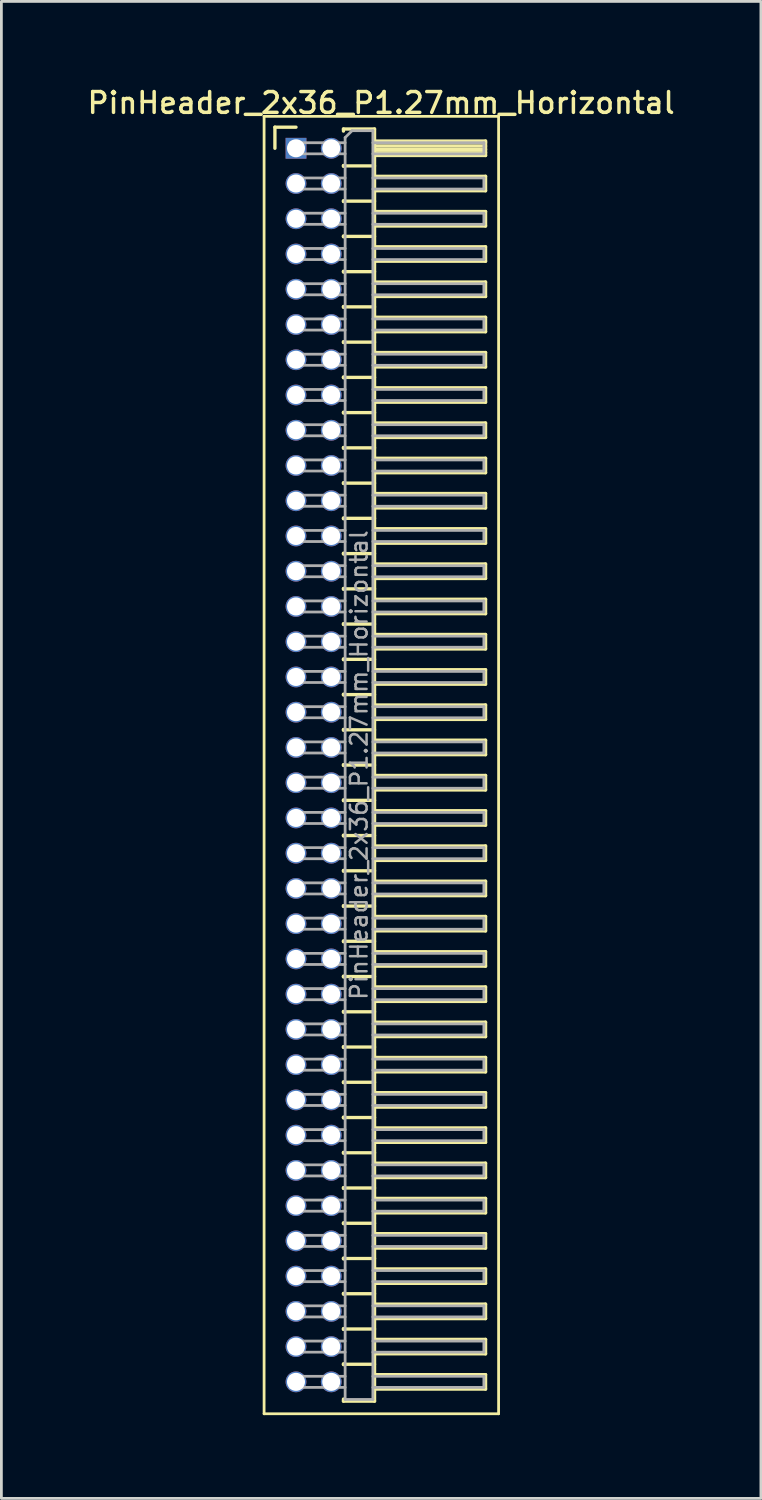
<source format=kicad_pcb>
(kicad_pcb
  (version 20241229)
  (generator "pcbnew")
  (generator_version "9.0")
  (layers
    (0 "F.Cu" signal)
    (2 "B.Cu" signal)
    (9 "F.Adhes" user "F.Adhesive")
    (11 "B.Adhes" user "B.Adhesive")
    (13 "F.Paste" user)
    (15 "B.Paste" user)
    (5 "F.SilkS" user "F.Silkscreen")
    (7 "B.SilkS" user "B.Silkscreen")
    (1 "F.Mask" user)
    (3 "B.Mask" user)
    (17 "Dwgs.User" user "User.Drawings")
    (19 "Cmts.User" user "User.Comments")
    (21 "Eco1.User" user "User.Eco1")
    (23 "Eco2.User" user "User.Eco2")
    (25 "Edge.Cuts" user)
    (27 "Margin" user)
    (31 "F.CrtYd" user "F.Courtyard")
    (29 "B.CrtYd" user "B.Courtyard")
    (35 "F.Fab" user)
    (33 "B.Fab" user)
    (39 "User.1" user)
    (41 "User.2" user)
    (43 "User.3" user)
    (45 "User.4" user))
  (footprint "PinHeader_2x36_P1.27mm_Horizontal"
    (layer "F.Cu")
    (at 7.616 2.293)
    (property "Reference" "PinHeader_2x36_P1.27mm_Horizontal" (at 3.067 -1.635 0) (layer "F.SilkS") (effects (font (size 0.75 0.75) (thickness 0.125))))
    (attr through_hole)
    (fp_line (start -1.15 -1.15) (end -1.15 45.6) (stroke (width 0.1) (type solid)) (layer "F.SilkS"))
    (fp_line (start -1.15 45.6) (end 7.3 45.6) (stroke (width 0.1) (type solid)) (layer "F.SilkS"))
    (fp_line (start -0.76 -0.76) (end 0 -0.76) (stroke (width 0.12) (type solid)) (layer "F.SilkS"))
    (fp_line (start -0.76 0) (end -0.76 -0.76) (stroke (width 0.12) (type solid)) (layer "F.SilkS"))
    (fp_line (start 1.71 -0.695) (end 2.83 -0.695) (stroke (width 0.12) (type solid)) (layer "F.SilkS"))
    (fp_line (start 1.71 -0.62) (end 1.71 -0.695) (stroke (width 0.12) (type solid)) (layer "F.SilkS"))
    (fp_line (start 1.71 0.62) (end 1.71 0.65) (stroke (width 0.12) (type solid)) (layer "F.SilkS"))
    (fp_line (start 1.71 0.635) (end 2.83 0.635) (stroke (width 0.12) (type solid)) (layer "F.SilkS"))
    (fp_line (start 1.71 1.89) (end 1.71 1.92) (stroke (width 0.12) (type solid)) (layer "F.SilkS"))
    (fp_line (start 1.71 1.905) (end 2.83 1.905) (stroke (width 0.12) (type solid)) (layer "F.SilkS"))
    (fp_line (start 1.71 3.16) (end 1.71 3.19) (stroke (width 0.12) (type solid)) (layer "F.SilkS"))
    (fp_line (start 1.71 3.175) (end 2.83 3.175) (stroke (width 0.12) (type solid)) (layer "F.SilkS"))
    (fp_line (start 1.71 4.43) (end 1.71 4.46) (stroke (width 0.12) (type solid)) (layer "F.SilkS"))
    (fp_line (start 1.71 4.445) (end 2.83 4.445) (stroke (width 0.12) (type solid)) (layer "F.SilkS"))
    (fp_line (start 1.71 5.7) (end 1.71 5.73) (stroke (width 0.12) (type solid)) (layer "F.SilkS"))
    (fp_line (start 1.71 5.715) (end 2.83 5.715) (stroke (width 0.12) (type solid)) (layer "F.SilkS"))
    (fp_line (start 1.71 6.97) (end 1.71 7) (stroke (width 0.12) (type solid)) (layer "F.SilkS"))
    (fp_line (start 1.71 6.985) (end 2.83 6.985) (stroke (width 0.12) (type solid)) (layer "F.SilkS"))
    (fp_line (start 1.71 8.24) (end 1.71 8.27) (stroke (width 0.12) (type solid)) (layer "F.SilkS"))
    (fp_line (start 1.71 8.255) (end 2.83 8.255) (stroke (width 0.12) (type solid)) (layer "F.SilkS"))
    (fp_line (start 1.71 9.51) (end 1.71 9.54) (stroke (width 0.12) (type solid)) (layer "F.SilkS"))
    (fp_line (start 1.71 9.525) (end 2.83 9.525) (stroke (width 0.12) (type solid)) (layer "F.SilkS"))
    (fp_line (start 1.71 10.78) (end 1.71 10.81) (stroke (width 0.12) (type solid)) (layer "F.SilkS"))
    (fp_line (start 1.71 10.795) (end 2.83 10.795) (stroke (width 0.12) (type solid)) (layer "F.SilkS"))
    (fp_line (start 1.71 12.05) (end 1.71 12.08) (stroke (width 0.12) (type solid)) (layer "F.SilkS"))
    (fp_line (start 1.71 12.065) (end 2.83 12.065) (stroke (width 0.12) (type solid)) (layer "F.SilkS"))
    (fp_line (start 1.71 13.32) (end 1.71 13.35) (stroke (width 0.12) (type solid)) (layer "F.SilkS"))
    (fp_line (start 1.71 13.335) (end 2.83 13.335) (stroke (width 0.12) (type solid)) (layer "F.SilkS"))
    (fp_line (start 1.71 14.59) (end 1.71 14.62) (stroke (width 0.12) (type solid)) (layer "F.SilkS"))
    (fp_line (start 1.71 14.605) (end 2.83 14.605) (stroke (width 0.12) (type solid)) (layer "F.SilkS"))
    (fp_line (start 1.71 15.86) (end 1.71 15.89) (stroke (width 0.12) (type solid)) (layer "F.SilkS"))
    (fp_line (start 1.71 15.875) (end 2.83 15.875) (stroke (width 0.12) (type solid)) (layer "F.SilkS"))
    (fp_line (start 1.71 17.13) (end 1.71 17.16) (stroke (width 0.12) (type solid)) (layer "F.SilkS"))
    (fp_line (start 1.71 17.145) (end 2.83 17.145) (stroke (width 0.12) (type solid)) (layer "F.SilkS"))
    (fp_line (start 1.71 18.4) (end 1.71 18.43) (stroke (width 0.12) (type solid)) (layer "F.SilkS"))
    (fp_line (start 1.71 18.415) (end 2.83 18.415) (stroke (width 0.12) (type solid)) (layer "F.SilkS"))
    (fp_line (start 1.71 19.67) (end 1.71 19.7) (stroke (width 0.12) (type solid)) (layer "F.SilkS"))
    (fp_line (start 1.71 19.685) (end 2.83 19.685) (stroke (width 0.12) (type solid)) (layer "F.SilkS"))
    (fp_line (start 1.71 20.94) (end 1.71 20.97) (stroke (width 0.12) (type solid)) (layer "F.SilkS"))
    (fp_line (start 1.71 20.955) (end 2.83 20.955) (stroke (width 0.12) (type solid)) (layer "F.SilkS"))
    (fp_line (start 1.71 22.21) (end 1.71 22.24) (stroke (width 0.12) (type solid)) (layer "F.SilkS"))
    (fp_line (start 1.71 22.225) (end 2.83 22.225) (stroke (width 0.12) (type solid)) (layer "F.SilkS"))
    (fp_line (start 1.71 23.48) (end 1.71 23.51) (stroke (width 0.12) (type solid)) (layer "F.SilkS"))
    (fp_line (start 1.71 23.495) (end 2.83 23.495) (stroke (width 0.12) (type solid)) (layer "F.SilkS"))
    (fp_line (start 1.71 24.75) (end 1.71 24.78) (stroke (width 0.12) (type solid)) (layer "F.SilkS"))
    (fp_line (start 1.71 24.765) (end 2.83 24.765) (stroke (width 0.12) (type solid)) (layer "F.SilkS"))
    (fp_line (start 1.71 26.02) (end 1.71 26.05) (stroke (width 0.12) (type solid)) (layer "F.SilkS"))
    (fp_line (start 1.71 26.035) (end 2.83 26.035) (stroke (width 0.12) (type solid)) (layer "F.SilkS"))
    (fp_line (start 1.71 27.29) (end 1.71 27.32) (stroke (width 0.12) (type solid)) (layer "F.SilkS"))
    (fp_line (start 1.71 27.305) (end 2.83 27.305) (stroke (width 0.12) (type solid)) (layer "F.SilkS"))
    (fp_line (start 1.71 28.56) (end 1.71 28.59) (stroke (width 0.12) (type solid)) (layer "F.SilkS"))
    (fp_line (start 1.71 28.575) (end 2.83 28.575) (stroke (width 0.12) (type solid)) (layer "F.SilkS"))
    (fp_line (start 1.71 29.83) (end 1.71 29.86) (stroke (width 0.12) (type solid)) (layer "F.SilkS"))
    (fp_line (start 1.71 29.845) (end 2.83 29.845) (stroke (width 0.12) (type solid)) (layer "F.SilkS"))
    (fp_line (start 1.71 31.1) (end 1.71 31.13) (stroke (width 0.12) (type solid)) (layer "F.SilkS"))
    (fp_line (start 1.71 31.115) (end 2.83 31.115) (stroke (width 0.12) (type solid)) (layer "F.SilkS"))
    (fp_line (start 1.71 32.37) (end 1.71 32.4) (stroke (width 0.12) (type solid)) (layer "F.SilkS"))
    (fp_line (start 1.71 32.385) (end 2.83 32.385) (stroke (width 0.12) (type solid)) (layer "F.SilkS"))
    (fp_line (start 1.71 33.64) (end 1.71 33.67) (stroke (width 0.12) (type solid)) (layer "F.SilkS"))
    (fp_line (start 1.71 33.655) (end 2.83 33.655) (stroke (width 0.12) (type solid)) (layer "F.SilkS"))
    (fp_line (start 1.71 34.91) (end 1.71 34.94) (stroke (width 0.12) (type solid)) (layer "F.SilkS"))
    (fp_line (start 1.71 34.925) (end 2.83 34.925) (stroke (width 0.12) (type solid)) (layer "F.SilkS"))
    (fp_line (start 1.71 36.18) (end 1.71 36.21) (stroke (width 0.12) (type solid)) (layer "F.SilkS"))
    (fp_line (start 1.71 36.195) (end 2.83 36.195) (stroke (width 0.12) (type solid)) (layer "F.SilkS"))
    (fp_line (start 1.71 37.45) (end 1.71 37.48) (stroke (width 0.12) (type solid)) (layer "F.SilkS"))
    (fp_line (start 1.71 37.465) (end 2.83 37.465) (stroke (width 0.12) (type solid)) (layer "F.SilkS"))
    (fp_line (start 1.71 38.72) (end 1.71 38.75) (stroke (width 0.12) (type solid)) (layer "F.SilkS"))
    (fp_line (start 1.71 38.735) (end 2.83 38.735) (stroke (width 0.12) (type solid)) (layer "F.SilkS"))
    (fp_line (start 1.71 39.99) (end 1.71 40.02) (stroke (width 0.12) (type solid)) (layer "F.SilkS"))
    (fp_line (start 1.71 40.005) (end 2.83 40.005) (stroke (width 0.12) (type solid)) (layer "F.SilkS"))
    (fp_line (start 1.71 41.26) (end 1.71 41.29) (stroke (width 0.12) (type solid)) (layer "F.SilkS"))
    (fp_line (start 1.71 41.275) (end 2.83 41.275) (stroke (width 0.12) (type solid)) (layer "F.SilkS"))
    (fp_line (start 1.71 42.53) (end 1.71 42.56) (stroke (width 0.12) (type solid)) (layer "F.SilkS"))
    (fp_line (start 1.71 42.545) (end 2.83 42.545) (stroke (width 0.12) (type solid)) (layer "F.SilkS"))
    (fp_line (start 1.71 43.8) (end 1.71 43.83) (stroke (width 0.12) (type solid)) (layer "F.SilkS"))
    (fp_line (start 1.71 43.815) (end 2.83 43.815) (stroke (width 0.12) (type solid)) (layer "F.SilkS"))
    (fp_line (start 1.71 45.145) (end 1.71 45.07) (stroke (width 0.12) (type solid)) (layer "F.SilkS"))
    (fp_line (start 2.83 -0.695) (end 2.83 45.145) (stroke (width 0.12) (type solid)) (layer "F.SilkS"))
    (fp_line (start 2.83 -0.26) (end 6.83 -0.26) (stroke (width 0.12) (type solid)) (layer "F.SilkS"))
    (fp_line (start 2.83 -0.2) (end 6.83 -0.2) (stroke (width 0.12) (type solid)) (layer "F.SilkS"))
    (fp_line (start 2.83 -0.08) (end 6.83 -0.08) (stroke (width 0.12) (type solid)) (layer "F.SilkS"))
    (fp_line (start 2.83 0.04) (end 6.83 0.04) (stroke (width 0.12) (type solid)) (layer "F.SilkS"))
    (fp_line (start 2.83 0.16) (end 6.83 0.16) (stroke (width 0.12) (type solid)) (layer "F.SilkS"))
    (fp_line (start 2.83 1.01) (end 6.83 1.01) (stroke (width 0.12) (type solid)) (layer "F.SilkS"))
    (fp_line (start 2.83 2.28) (end 6.83 2.28) (stroke (width 0.12) (type solid)) (layer "F.SilkS"))
    (fp_line (start 2.83 3.55) (end 6.83 3.55) (stroke (width 0.12) (type solid)) (layer "F.SilkS"))
    (fp_line (start 2.83 4.82) (end 6.83 4.82) (stroke (width 0.12) (type solid)) (layer "F.SilkS"))
    (fp_line (start 2.83 6.09) (end 6.83 6.09) (stroke (width 0.12) (type solid)) (layer "F.SilkS"))
    (fp_line (start 2.83 7.36) (end 6.83 7.36) (stroke (width 0.12) (type solid)) (layer "F.SilkS"))
    (fp_line (start 2.83 8.63) (end 6.83 8.63) (stroke (width 0.12) (type solid)) (layer "F.SilkS"))
    (fp_line (start 2.83 9.9) (end 6.83 9.9) (stroke (width 0.12) (type solid)) (layer "F.SilkS"))
    (fp_line (start 2.83 11.17) (end 6.83 11.17) (stroke (width 0.12) (type solid)) (layer "F.SilkS"))
    (fp_line (start 2.83 12.44) (end 6.83 12.44) (stroke (width 0.12) (type solid)) (layer "F.SilkS"))
    (fp_line (start 2.83 13.71) (end 6.83 13.71) (stroke (width 0.12) (type solid)) (layer "F.SilkS"))
    (fp_line (start 2.83 14.98) (end 6.83 14.98) (stroke (width 0.12) (type solid)) (layer "F.SilkS"))
    (fp_line (start 2.83 16.25) (end 6.83 16.25) (stroke (width 0.12) (type solid)) (layer "F.SilkS"))
    (fp_line (start 2.83 17.52) (end 6.83 17.52) (stroke (width 0.12) (type solid)) (layer "F.SilkS"))
    (fp_line (start 2.83 18.79) (end 6.83 18.79) (stroke (width 0.12) (type solid)) (layer "F.SilkS"))
    (fp_line (start 2.83 20.06) (end 6.83 20.06) (stroke (width 0.12) (type solid)) (layer "F.SilkS"))
    (fp_line (start 2.83 21.33) (end 6.83 21.33) (stroke (width 0.12) (type solid)) (layer "F.SilkS"))
    (fp_line (start 2.83 22.6) (end 6.83 22.6) (stroke (width 0.12) (type solid)) (layer "F.SilkS"))
    (fp_line (start 2.83 23.87) (end 6.83 23.87) (stroke (width 0.12) (type solid)) (layer "F.SilkS"))
    (fp_line (start 2.83 25.14) (end 6.83 25.14) (stroke (width 0.12) (type solid)) (layer "F.SilkS"))
    (fp_line (start 2.83 26.41) (end 6.83 26.41) (stroke (width 0.12) (type solid)) (layer "F.SilkS"))
    (fp_line (start 2.83 27.68) (end 6.83 27.68) (stroke (width 0.12) (type solid)) (layer "F.SilkS"))
    (fp_line (start 2.83 28.95) (end 6.83 28.95) (stroke (width 0.12) (type solid)) (layer "F.SilkS"))
    (fp_line (start 2.83 30.22) (end 6.83 30.22) (stroke (width 0.12) (type solid)) (layer "F.SilkS"))
    (fp_line (start 2.83 31.49) (end 6.83 31.49) (stroke (width 0.12) (type solid)) (layer "F.SilkS"))
    (fp_line (start 2.83 32.76) (end 6.83 32.76) (stroke (width 0.12) (type solid)) (layer "F.SilkS"))
    (fp_line (start 2.83 34.03) (end 6.83 34.03) (stroke (width 0.12) (type solid)) (layer "F.SilkS"))
    (fp_line (start 2.83 35.3) (end 6.83 35.3) (stroke (width 0.12) (type solid)) (layer "F.SilkS"))
    (fp_line (start 2.83 36.57) (end 6.83 36.57) (stroke (width 0.12) (type solid)) (layer "F.SilkS"))
    (fp_line (start 2.83 37.84) (end 6.83 37.84) (stroke (width 0.12) (type solid)) (layer "F.SilkS"))
    (fp_line (start 2.83 39.11) (end 6.83 39.11) (stroke (width 0.12) (type solid)) (layer "F.SilkS"))
    (fp_line (start 2.83 40.38) (end 6.83 40.38) (stroke (width 0.12) (type solid)) (layer "F.SilkS"))
    (fp_line (start 2.83 41.65) (end 6.83 41.65) (stroke (width 0.12) (type solid)) (layer "F.SilkS"))
    (fp_line (start 2.83 42.92) (end 6.83 42.92) (stroke (width 0.12) (type solid)) (layer "F.SilkS"))
    (fp_line (start 2.83 44.19) (end 6.83 44.19) (stroke (width 0.12) (type solid)) (layer "F.SilkS"))
    (fp_line (start 2.83 45.145) (end 1.71 45.145) (stroke (width 0.12) (type solid)) (layer "F.SilkS"))
    (fp_line (start 6.83 -0.26) (end 6.83 0.26) (stroke (width 0.12) (type solid)) (layer "F.SilkS"))
    (fp_line (start 6.83 0.26) (end 2.83 0.26) (stroke (width 0.12) (type solid)) (layer "F.SilkS"))
    (fp_line (start 6.83 1.01) (end 6.83 1.53) (stroke (width 0.12) (type solid)) (layer "F.SilkS"))
    (fp_line (start 6.83 1.53) (end 2.83 1.53) (stroke (width 0.12) (type solid)) (layer "F.SilkS"))
    (fp_line (start 6.83 2.28) (end 6.83 2.8) (stroke (width 0.12) (type solid)) (layer "F.SilkS"))
    (fp_line (start 6.83 2.8) (end 2.83 2.8) (stroke (width 0.12) (type solid)) (layer "F.SilkS"))
    (fp_line (start 6.83 3.55) (end 6.83 4.07) (stroke (width 0.12) (type solid)) (layer "F.SilkS"))
    (fp_line (start 6.83 4.07) (end 2.83 4.07) (stroke (width 0.12) (type solid)) (layer "F.SilkS"))
    (fp_line (start 6.83 4.82) (end 6.83 5.34) (stroke (width 0.12) (type solid)) (layer "F.SilkS"))
    (fp_line (start 6.83 5.34) (end 2.83 5.34) (stroke (width 0.12) (type solid)) (layer "F.SilkS"))
    (fp_line (start 6.83 6.09) (end 6.83 6.61) (stroke (width 0.12) (type solid)) (layer "F.SilkS"))
    (fp_line (start 6.83 6.61) (end 2.83 6.61) (stroke (width 0.12) (type solid)) (layer "F.SilkS"))
    (fp_line (start 6.83 7.36) (end 6.83 7.88) (stroke (width 0.12) (type solid)) (layer "F.SilkS"))
    (fp_line (start 6.83 7.88) (end 2.83 7.88) (stroke (width 0.12) (type solid)) (layer "F.SilkS"))
    (fp_line (start 6.83 8.63) (end 6.83 9.15) (stroke (width 0.12) (type solid)) (layer "F.SilkS"))
    (fp_line (start 6.83 9.15) (end 2.83 9.15) (stroke (width 0.12) (type solid)) (layer "F.SilkS"))
    (fp_line (start 6.83 9.9) (end 6.83 10.42) (stroke (width 0.12) (type solid)) (layer "F.SilkS"))
    (fp_line (start 6.83 10.42) (end 2.83 10.42) (stroke (width 0.12) (type solid)) (layer "F.SilkS"))
    (fp_line (start 6.83 11.17) (end 6.83 11.69) (stroke (width 0.12) (type solid)) (layer "F.SilkS"))
    (fp_line (start 6.83 11.69) (end 2.83 11.69) (stroke (width 0.12) (type solid)) (layer "F.SilkS"))
    (fp_line (start 6.83 12.44) (end 6.83 12.96) (stroke (width 0.12) (type solid)) (layer "F.SilkS"))
    (fp_line (start 6.83 12.96) (end 2.83 12.96) (stroke (width 0.12) (type solid)) (layer "F.SilkS"))
    (fp_line (start 6.83 13.71) (end 6.83 14.23) (stroke (width 0.12) (type solid)) (layer "F.SilkS"))
    (fp_line (start 6.83 14.23) (end 2.83 14.23) (stroke (width 0.12) (type solid)) (layer "F.SilkS"))
    (fp_line (start 6.83 14.98) (end 6.83 15.5) (stroke (width 0.12) (type solid)) (layer "F.SilkS"))
    (fp_line (start 6.83 15.5) (end 2.83 15.5) (stroke (width 0.12) (type solid)) (layer "F.SilkS"))
    (fp_line (start 6.83 16.25) (end 6.83 16.77) (stroke (width 0.12) (type solid)) (layer "F.SilkS"))
    (fp_line (start 6.83 16.77) (end 2.83 16.77) (stroke (width 0.12) (type solid)) (layer "F.SilkS"))
    (fp_line (start 6.83 17.52) (end 6.83 18.04) (stroke (width 0.12) (type solid)) (layer "F.SilkS"))
    (fp_line (start 6.83 18.04) (end 2.83 18.04) (stroke (width 0.12) (type solid)) (layer "F.SilkS"))
    (fp_line (start 6.83 18.79) (end 6.83 19.31) (stroke (width 0.12) (type solid)) (layer "F.SilkS"))
    (fp_line (start 6.83 19.31) (end 2.83 19.31) (stroke (width 0.12) (type solid)) (layer "F.SilkS"))
    (fp_line (start 6.83 20.06) (end 6.83 20.58) (stroke (width 0.12) (type solid)) (layer "F.SilkS"))
    (fp_line (start 6.83 20.58) (end 2.83 20.58) (stroke (width 0.12) (type solid)) (layer "F.SilkS"))
    (fp_line (start 6.83 21.33) (end 6.83 21.85) (stroke (width 0.12) (type solid)) (layer "F.SilkS"))
    (fp_line (start 6.83 21.85) (end 2.83 21.85) (stroke (width 0.12) (type solid)) (layer "F.SilkS"))
    (fp_line (start 6.83 22.6) (end 6.83 23.12) (stroke (width 0.12) (type solid)) (layer "F.SilkS"))
    (fp_line (start 6.83 23.12) (end 2.83 23.12) (stroke (width 0.12) (type solid)) (layer "F.SilkS"))
    (fp_line (start 6.83 23.87) (end 6.83 24.39) (stroke (width 0.12) (type solid)) (layer "F.SilkS"))
    (fp_line (start 6.83 24.39) (end 2.83 24.39) (stroke (width 0.12) (type solid)) (layer "F.SilkS"))
    (fp_line (start 6.83 25.14) (end 6.83 25.66) (stroke (width 0.12) (type solid)) (layer "F.SilkS"))
    (fp_line (start 6.83 25.66) (end 2.83 25.66) (stroke (width 0.12) (type solid)) (layer "F.SilkS"))
    (fp_line (start 6.83 26.41) (end 6.83 26.93) (stroke (width 0.12) (type solid)) (layer "F.SilkS"))
    (fp_line (start 6.83 26.93) (end 2.83 26.93) (stroke (width 0.12) (type solid)) (layer "F.SilkS"))
    (fp_line (start 6.83 27.68) (end 6.83 28.2) (stroke (width 0.12) (type solid)) (layer "F.SilkS"))
    (fp_line (start 6.83 28.2) (end 2.83 28.2) (stroke (width 0.12) (type solid)) (layer "F.SilkS"))
    (fp_line (start 6.83 28.95) (end 6.83 29.47) (stroke (width 0.12) (type solid)) (layer "F.SilkS"))
    (fp_line (start 6.83 29.47) (end 2.83 29.47) (stroke (width 0.12) (type solid)) (layer "F.SilkS"))
    (fp_line (start 6.83 30.22) (end 6.83 30.74) (stroke (width 0.12) (type solid)) (layer "F.SilkS"))
    (fp_line (start 6.83 30.74) (end 2.83 30.74) (stroke (width 0.12) (type solid)) (layer "F.SilkS"))
    (fp_line (start 6.83 31.49) (end 6.83 32.01) (stroke (width 0.12) (type solid)) (layer "F.SilkS"))
    (fp_line (start 6.83 32.01) (end 2.83 32.01) (stroke (width 0.12) (type solid)) (layer "F.SilkS"))
    (fp_line (start 6.83 32.76) (end 6.83 33.28) (stroke (width 0.12) (type solid)) (layer "F.SilkS"))
    (fp_line (start 6.83 33.28) (end 2.83 33.28) (stroke (width 0.12) (type solid)) (layer "F.SilkS"))
    (fp_line (start 6.83 34.03) (end 6.83 34.55) (stroke (width 0.12) (type solid)) (layer "F.SilkS"))
    (fp_line (start 6.83 34.55) (end 2.83 34.55) (stroke (width 0.12) (type solid)) (layer "F.SilkS"))
    (fp_line (start 6.83 35.3) (end 6.83 35.82) (stroke (width 0.12) (type solid)) (layer "F.SilkS"))
    (fp_line (start 6.83 35.82) (end 2.83 35.82) (stroke (width 0.12) (type solid)) (layer "F.SilkS"))
    (fp_line (start 6.83 36.57) (end 6.83 37.09) (stroke (width 0.12) (type solid)) (layer "F.SilkS"))
    (fp_line (start 6.83 37.09) (end 2.83 37.09) (stroke (width 0.12) (type solid)) (layer "F.SilkS"))
    (fp_line (start 6.83 37.84) (end 6.83 38.36) (stroke (width 0.12) (type solid)) (layer "F.SilkS"))
    (fp_line (start 6.83 38.36) (end 2.83 38.36) (stroke (width 0.12) (type solid)) (layer "F.SilkS"))
    (fp_line (start 6.83 39.11) (end 6.83 39.63) (stroke (width 0.12) (type solid)) (layer "F.SilkS"))
    (fp_line (start 6.83 39.63) (end 2.83 39.63) (stroke (width 0.12) (type solid)) (layer "F.SilkS"))
    (fp_line (start 6.83 40.38) (end 6.83 40.9) (stroke (width 0.12) (type solid)) (layer "F.SilkS"))
    (fp_line (start 6.83 40.9) (end 2.83 40.9) (stroke (width 0.12) (type solid)) (layer "F.SilkS"))
    (fp_line (start 6.83 41.65) (end 6.83 42.17) (stroke (width 0.12) (type solid)) (layer "F.SilkS"))
    (fp_line (start 6.83 42.17) (end 2.83 42.17) (stroke (width 0.12) (type solid)) (layer "F.SilkS"))
    (fp_line (start 6.83 42.92) (end 6.83 43.44) (stroke (width 0.12) (type solid)) (layer "F.SilkS"))
    (fp_line (start 6.83 43.44) (end 2.83 43.44) (stroke (width 0.12) (type solid)) (layer "F.SilkS"))
    (fp_line (start 6.83 44.19) (end 6.83 44.71) (stroke (width 0.12) (type solid)) (layer "F.SilkS"))
    (fp_line (start 6.83 44.71) (end 2.83 44.71) (stroke (width 0.12) (type solid)) (layer "F.SilkS"))
    (fp_line (start 7.3 -1.15) (end -1.15 -1.15) (stroke (width 0.1) (type solid)) (layer "F.SilkS"))
    (fp_line (start 7.3 45.6) (end 7.3 -1.15) (stroke (width 0.1) (type solid)) (layer "F.SilkS"))
    (fp_line (start -0.2 -0.2) (end -0.2 0.2) (stroke (width 0.1) (type solid)) (layer "F.Fab"))
    (fp_line (start -0.2 -0.2) (end 1.77 -0.2) (stroke (width 0.1) (type solid)) (layer "F.Fab"))
    (fp_line (start -0.2 0.2) (end 1.77 0.2) (stroke (width 0.1) (type solid)) (layer "F.Fab"))
    (fp_line (start -0.2 1.07) (end -0.2 1.47) (stroke (width 0.1) (type solid)) (layer "F.Fab"))
    (fp_line (start -0.2 1.07) (end 1.77 1.07) (stroke (width 0.1) (type solid)) (layer "F.Fab"))
    (fp_line (start -0.2 1.47) (end 1.77 1.47) (stroke (width 0.1) (type solid)) (layer "F.Fab"))
    (fp_line (start -0.2 2.34) (end -0.2 2.74) (stroke (width 0.1) (type solid)) (layer "F.Fab"))
    (fp_line (start -0.2 2.34) (end 1.77 2.34) (stroke (width 0.1) (type solid)) (layer "F.Fab"))
    (fp_line (start -0.2 2.74) (end 1.77 2.74) (stroke (width 0.1) (type solid)) (layer "F.Fab"))
    (fp_line (start -0.2 3.61) (end -0.2 4.01) (stroke (width 0.1) (type solid)) (layer "F.Fab"))
    (fp_line (start -0.2 3.61) (end 1.77 3.61) (stroke (width 0.1) (type solid)) (layer "F.Fab"))
    (fp_line (start -0.2 4.01) (end 1.77 4.01) (stroke (width 0.1) (type solid)) (layer "F.Fab"))
    (fp_line (start -0.2 4.88) (end -0.2 5.28) (stroke (width 0.1) (type solid)) (layer "F.Fab"))
    (fp_line (start -0.2 4.88) (end 1.77 4.88) (stroke (width 0.1) (type solid)) (layer "F.Fab"))
    (fp_line (start -0.2 5.28) (end 1.77 5.28) (stroke (width 0.1) (type solid)) (layer "F.Fab"))
    (fp_line (start -0.2 6.15) (end -0.2 6.55) (stroke (width 0.1) (type solid)) (layer "F.Fab"))
    (fp_line (start -0.2 6.15) (end 1.77 6.15) (stroke (width 0.1) (type solid)) (layer "F.Fab"))
    (fp_line (start -0.2 6.55) (end 1.77 6.55) (stroke (width 0.1) (type solid)) (layer "F.Fab"))
    (fp_line (start -0.2 7.42) (end -0.2 7.82) (stroke (width 0.1) (type solid)) (layer "F.Fab"))
    (fp_line (start -0.2 7.42) (end 1.77 7.42) (stroke (width 0.1) (type solid)) (layer "F.Fab"))
    (fp_line (start -0.2 7.82) (end 1.77 7.82) (stroke (width 0.1) (type solid)) (layer "F.Fab"))
    (fp_line (start -0.2 8.69) (end -0.2 9.09) (stroke (width 0.1) (type solid)) (layer "F.Fab"))
    (fp_line (start -0.2 8.69) (end 1.77 8.69) (stroke (width 0.1) (type solid)) (layer "F.Fab"))
    (fp_line (start -0.2 9.09) (end 1.77 9.09) (stroke (width 0.1) (type solid)) (layer "F.Fab"))
    (fp_line (start -0.2 9.96) (end -0.2 10.36) (stroke (width 0.1) (type solid)) (layer "F.Fab"))
    (fp_line (start -0.2 9.96) (end 1.77 9.96) (stroke (width 0.1) (type solid)) (layer "F.Fab"))
    (fp_line (start -0.2 10.36) (end 1.77 10.36) (stroke (width 0.1) (type solid)) (layer "F.Fab"))
    (fp_line (start -0.2 11.23) (end -0.2 11.63) (stroke (width 0.1) (type solid)) (layer "F.Fab"))
    (fp_line (start -0.2 11.23) (end 1.77 11.23) (stroke (width 0.1) (type solid)) (layer "F.Fab"))
    (fp_line (start -0.2 11.63) (end 1.77 11.63) (stroke (width 0.1) (type solid)) (layer "F.Fab"))
    (fp_line (start -0.2 12.5) (end -0.2 12.9) (stroke (width 0.1) (type solid)) (layer "F.Fab"))
    (fp_line (start -0.2 12.5) (end 1.77 12.5) (stroke (width 0.1) (type solid)) (layer "F.Fab"))
    (fp_line (start -0.2 12.9) (end 1.77 12.9) (stroke (width 0.1) (type solid)) (layer "F.Fab"))
    (fp_line (start -0.2 13.77) (end -0.2 14.17) (stroke (width 0.1) (type solid)) (layer "F.Fab"))
    (fp_line (start -0.2 13.77) (end 1.77 13.77) (stroke (width 0.1) (type solid)) (layer "F.Fab"))
    (fp_line (start -0.2 14.17) (end 1.77 14.17) (stroke (width 0.1) (type solid)) (layer "F.Fab"))
    (fp_line (start -0.2 15.04) (end -0.2 15.44) (stroke (width 0.1) (type solid)) (layer "F.Fab"))
    (fp_line (start -0.2 15.04) (end 1.77 15.04) (stroke (width 0.1) (type solid)) (layer "F.Fab"))
    (fp_line (start -0.2 15.44) (end 1.77 15.44) (stroke (width 0.1) (type solid)) (layer "F.Fab"))
    (fp_line (start -0.2 16.31) (end -0.2 16.71) (stroke (width 0.1) (type solid)) (layer "F.Fab"))
    (fp_line (start -0.2 16.31) (end 1.77 16.31) (stroke (width 0.1) (type solid)) (layer "F.Fab"))
    (fp_line (start -0.2 16.71) (end 1.77 16.71) (stroke (width 0.1) (type solid)) (layer "F.Fab"))
    (fp_line (start -0.2 17.58) (end -0.2 17.98) (stroke (width 0.1) (type solid)) (layer "F.Fab"))
    (fp_line (start -0.2 17.58) (end 1.77 17.58) (stroke (width 0.1) (type solid)) (layer "F.Fab"))
    (fp_line (start -0.2 17.98) (end 1.77 17.98) (stroke (width 0.1) (type solid)) (layer "F.Fab"))
    (fp_line (start -0.2 18.85) (end -0.2 19.25) (stroke (width 0.1) (type solid)) (layer "F.Fab"))
    (fp_line (start -0.2 18.85) (end 1.77 18.85) (stroke (width 0.1) (type solid)) (layer "F.Fab"))
    (fp_line (start -0.2 19.25) (end 1.77 19.25) (stroke (width 0.1) (type solid)) (layer "F.Fab"))
    (fp_line (start -0.2 20.12) (end -0.2 20.52) (stroke (width 0.1) (type solid)) (layer "F.Fab"))
    (fp_line (start -0.2 20.12) (end 1.77 20.12) (stroke (width 0.1) (type solid)) (layer "F.Fab"))
    (fp_line (start -0.2 20.52) (end 1.77 20.52) (stroke (width 0.1) (type solid)) (layer "F.Fab"))
    (fp_line (start -0.2 21.39) (end -0.2 21.79) (stroke (width 0.1) (type solid)) (layer "F.Fab"))
    (fp_line (start -0.2 21.39) (end 1.77 21.39) (stroke (width 0.1) (type solid)) (layer "F.Fab"))
    (fp_line (start -0.2 21.79) (end 1.77 21.79) (stroke (width 0.1) (type solid)) (layer "F.Fab"))
    (fp_line (start -0.2 22.66) (end -0.2 23.06) (stroke (width 0.1) (type solid)) (layer "F.Fab"))
    (fp_line (start -0.2 22.66) (end 1.77 22.66) (stroke (width 0.1) (type solid)) (layer "F.Fab"))
    (fp_line (start -0.2 23.06) (end 1.77 23.06) (stroke (width 0.1) (type solid)) (layer "F.Fab"))
    (fp_line (start -0.2 23.93) (end -0.2 24.33) (stroke (width 0.1) (type solid)) (layer "F.Fab"))
    (fp_line (start -0.2 23.93) (end 1.77 23.93) (stroke (width 0.1) (type solid)) (layer "F.Fab"))
    (fp_line (start -0.2 24.33) (end 1.77 24.33) (stroke (width 0.1) (type solid)) (layer "F.Fab"))
    (fp_line (start -0.2 25.2) (end -0.2 25.6) (stroke (width 0.1) (type solid)) (layer "F.Fab"))
    (fp_line (start -0.2 25.2) (end 1.77 25.2) (stroke (width 0.1) (type solid)) (layer "F.Fab"))
    (fp_line (start -0.2 25.6) (end 1.77 25.6) (stroke (width 0.1) (type solid)) (layer "F.Fab"))
    (fp_line (start -0.2 26.47) (end -0.2 26.87) (stroke (width 0.1) (type solid)) (layer "F.Fab"))
    (fp_line (start -0.2 26.47) (end 1.77 26.47) (stroke (width 0.1) (type solid)) (layer "F.Fab"))
    (fp_line (start -0.2 26.87) (end 1.77 26.87) (stroke (width 0.1) (type solid)) (layer "F.Fab"))
    (fp_line (start -0.2 27.74) (end -0.2 28.14) (stroke (width 0.1) (type solid)) (layer "F.Fab"))
    (fp_line (start -0.2 27.74) (end 1.77 27.74) (stroke (width 0.1) (type solid)) (layer "F.Fab"))
    (fp_line (start -0.2 28.14) (end 1.77 28.14) (stroke (width 0.1) (type solid)) (layer "F.Fab"))
    (fp_line (start -0.2 29.01) (end -0.2 29.41) (stroke (width 0.1) (type solid)) (layer "F.Fab"))
    (fp_line (start -0.2 29.01) (end 1.77 29.01) (stroke (width 0.1) (type solid)) (layer "F.Fab"))
    (fp_line (start -0.2 29.41) (end 1.77 29.41) (stroke (width 0.1) (type solid)) (layer "F.Fab"))
    (fp_line (start -0.2 30.28) (end -0.2 30.68) (stroke (width 0.1) (type solid)) (layer "F.Fab"))
    (fp_line (start -0.2 30.28) (end 1.77 30.28) (stroke (width 0.1) (type solid)) (layer "F.Fab"))
    (fp_line (start -0.2 30.68) (end 1.77 30.68) (stroke (width 0.1) (type solid)) (layer "F.Fab"))
    (fp_line (start -0.2 31.55) (end -0.2 31.95) (stroke (width 0.1) (type solid)) (layer "F.Fab"))
    (fp_line (start -0.2 31.55) (end 1.77 31.55) (stroke (width 0.1) (type solid)) (layer "F.Fab"))
    (fp_line (start -0.2 31.95) (end 1.77 31.95) (stroke (width 0.1) (type solid)) (layer "F.Fab"))
    (fp_line (start -0.2 32.82) (end -0.2 33.22) (stroke (width 0.1) (type solid)) (layer "F.Fab"))
    (fp_line (start -0.2 32.82) (end 1.77 32.82) (stroke (width 0.1) (type solid)) (layer "F.Fab"))
    (fp_line (start -0.2 33.22) (end 1.77 33.22) (stroke (width 0.1) (type solid)) (layer "F.Fab"))
    (fp_line (start -0.2 34.09) (end -0.2 34.49) (stroke (width 0.1) (type solid)) (layer "F.Fab"))
    (fp_line (start -0.2 34.09) (end 1.77 34.09) (stroke (width 0.1) (type solid)) (layer "F.Fab"))
    (fp_line (start -0.2 34.49) (end 1.77 34.49) (stroke (width 0.1) (type solid)) (layer "F.Fab"))
    (fp_line (start -0.2 35.36) (end -0.2 35.76) (stroke (width 0.1) (type solid)) (layer "F.Fab"))
    (fp_line (start -0.2 35.36) (end 1.77 35.36) (stroke (width 0.1) (type solid)) (layer "F.Fab"))
    (fp_line (start -0.2 35.76) (end 1.77 35.76) (stroke (width 0.1) (type solid)) (layer "F.Fab"))
    (fp_line (start -0.2 36.63) (end -0.2 37.03) (stroke (width 0.1) (type solid)) (layer "F.Fab"))
    (fp_line (start -0.2 36.63) (end 1.77 36.63) (stroke (width 0.1) (type solid)) (layer "F.Fab"))
    (fp_line (start -0.2 37.03) (end 1.77 37.03) (stroke (width 0.1) (type solid)) (layer "F.Fab"))
    (fp_line (start -0.2 37.9) (end -0.2 38.3) (stroke (width 0.1) (type solid)) (layer "F.Fab"))
    (fp_line (start -0.2 37.9) (end 1.77 37.9) (stroke (width 0.1) (type solid)) (layer "F.Fab"))
    (fp_line (start -0.2 38.3) (end 1.77 38.3) (stroke (width 0.1) (type solid)) (layer "F.Fab"))
    (fp_line (start -0.2 39.17) (end -0.2 39.57) (stroke (width 0.1) (type solid)) (layer "F.Fab"))
    (fp_line (start -0.2 39.17) (end 1.77 39.17) (stroke (width 0.1) (type solid)) (layer "F.Fab"))
    (fp_line (start -0.2 39.57) (end 1.77 39.57) (stroke (width 0.1) (type solid)) (layer "F.Fab"))
    (fp_line (start -0.2 40.44) (end -0.2 40.84) (stroke (width 0.1) (type solid)) (layer "F.Fab"))
    (fp_line (start -0.2 40.44) (end 1.77 40.44) (stroke (width 0.1) (type solid)) (layer "F.Fab"))
    (fp_line (start -0.2 40.84) (end 1.77 40.84) (stroke (width 0.1) (type solid)) (layer "F.Fab"))
    (fp_line (start -0.2 41.71) (end -0.2 42.11) (stroke (width 0.1) (type solid)) (layer "F.Fab"))
    (fp_line (start -0.2 41.71) (end 1.77 41.71) (stroke (width 0.1) (type solid)) (layer "F.Fab"))
    (fp_line (start -0.2 42.11) (end 1.77 42.11) (stroke (width 0.1) (type solid)) (layer "F.Fab"))
    (fp_line (start -0.2 42.98) (end -0.2 43.38) (stroke (width 0.1) (type solid)) (layer "F.Fab"))
    (fp_line (start -0.2 42.98) (end 1.77 42.98) (stroke (width 0.1) (type solid)) (layer "F.Fab"))
    (fp_line (start -0.2 43.38) (end 1.77 43.38) (stroke (width 0.1) (type solid)) (layer "F.Fab"))
    (fp_line (start -0.2 44.25) (end -0.2 44.65) (stroke (width 0.1) (type solid)) (layer "F.Fab"))
    (fp_line (start -0.2 44.25) (end 1.77 44.25) (stroke (width 0.1) (type solid)) (layer "F.Fab"))
    (fp_line (start -0.2 44.65) (end 1.77 44.65) (stroke (width 0.1) (type solid)) (layer "F.Fab"))
    (fp_line (start 1.77 -0.385) (end 2.02 -0.635) (stroke (width 0.1) (type solid)) (layer "F.Fab"))
    (fp_line (start 1.77 45.085) (end 1.77 -0.385) (stroke (width 0.1) (type solid)) (layer "F.Fab"))
    (fp_line (start 2.02 -0.635) (end 2.77 -0.635) (stroke (width 0.1) (type solid)) (layer "F.Fab"))
    (fp_line (start 2.77 -0.635) (end 2.77 45.085) (stroke (width 0.1) (type solid)) (layer "F.Fab"))
    (fp_line (start 2.77 -0.2) (end 6.77 -0.2) (stroke (width 0.1) (type solid)) (layer "F.Fab"))
    (fp_line (start 2.77 0.2) (end 6.77 0.2) (stroke (width 0.1) (type solid)) (layer "F.Fab"))
    (fp_line (start 2.77 1.07) (end 6.77 1.07) (stroke (width 0.1) (type solid)) (layer "F.Fab"))
    (fp_line (start 2.77 1.47) (end 6.77 1.47) (stroke (width 0.1) (type solid)) (layer "F.Fab"))
    (fp_line (start 2.77 2.34) (end 6.77 2.34) (stroke (width 0.1) (type solid)) (layer "F.Fab"))
    (fp_line (start 2.77 2.74) (end 6.77 2.74) (stroke (width 0.1) (type solid)) (layer "F.Fab"))
    (fp_line (start 2.77 3.61) (end 6.77 3.61) (stroke (width 0.1) (type solid)) (layer "F.Fab"))
    (fp_line (start 2.77 4.01) (end 6.77 4.01) (stroke (width 0.1) (type solid)) (layer "F.Fab"))
    (fp_line (start 2.77 4.88) (end 6.77 4.88) (stroke (width 0.1) (type solid)) (layer "F.Fab"))
    (fp_line (start 2.77 5.28) (end 6.77 5.28) (stroke (width 0.1) (type solid)) (layer "F.Fab"))
    (fp_line (start 2.77 6.15) (end 6.77 6.15) (stroke (width 0.1) (type solid)) (layer "F.Fab"))
    (fp_line (start 2.77 6.55) (end 6.77 6.55) (stroke (width 0.1) (type solid)) (layer "F.Fab"))
    (fp_line (start 2.77 7.42) (end 6.77 7.42) (stroke (width 0.1) (type solid)) (layer "F.Fab"))
    (fp_line (start 2.77 7.82) (end 6.77 7.82) (stroke (width 0.1) (type solid)) (layer "F.Fab"))
    (fp_line (start 2.77 8.69) (end 6.77 8.69) (stroke (width 0.1) (type solid)) (layer "F.Fab"))
    (fp_line (start 2.77 9.09) (end 6.77 9.09) (stroke (width 0.1) (type solid)) (layer "F.Fab"))
    (fp_line (start 2.77 9.96) (end 6.77 9.96) (stroke (width 0.1) (type solid)) (layer "F.Fab"))
    (fp_line (start 2.77 10.36) (end 6.77 10.36) (stroke (width 0.1) (type solid)) (layer "F.Fab"))
    (fp_line (start 2.77 11.23) (end 6.77 11.23) (stroke (width 0.1) (type solid)) (layer "F.Fab"))
    (fp_line (start 2.77 11.63) (end 6.77 11.63) (stroke (width 0.1) (type solid)) (layer "F.Fab"))
    (fp_line (start 2.77 12.5) (end 6.77 12.5) (stroke (width 0.1) (type solid)) (layer "F.Fab"))
    (fp_line (start 2.77 12.9) (end 6.77 12.9) (stroke (width 0.1) (type solid)) (layer "F.Fab"))
    (fp_line (start 2.77 13.77) (end 6.77 13.77) (stroke (width 0.1) (type solid)) (layer "F.Fab"))
    (fp_line (start 2.77 14.17) (end 6.77 14.17) (stroke (width 0.1) (type solid)) (layer "F.Fab"))
    (fp_line (start 2.77 15.04) (end 6.77 15.04) (stroke (width 0.1) (type solid)) (layer "F.Fab"))
    (fp_line (start 2.77 15.44) (end 6.77 15.44) (stroke (width 0.1) (type solid)) (layer "F.Fab"))
    (fp_line (start 2.77 16.31) (end 6.77 16.31) (stroke (width 0.1) (type solid)) (layer "F.Fab"))
    (fp_line (start 2.77 16.71) (end 6.77 16.71) (stroke (width 0.1) (type solid)) (layer "F.Fab"))
    (fp_line (start 2.77 17.58) (end 6.77 17.58) (stroke (width 0.1) (type solid)) (layer "F.Fab"))
    (fp_line (start 2.77 17.98) (end 6.77 17.98) (stroke (width 0.1) (type solid)) (layer "F.Fab"))
    (fp_line (start 2.77 18.85) (end 6.77 18.85) (stroke (width 0.1) (type solid)) (layer "F.Fab"))
    (fp_line (start 2.77 19.25) (end 6.77 19.25) (stroke (width 0.1) (type solid)) (layer "F.Fab"))
    (fp_line (start 2.77 20.12) (end 6.77 20.12) (stroke (width 0.1) (type solid)) (layer "F.Fab"))
    (fp_line (start 2.77 20.52) (end 6.77 20.52) (stroke (width 0.1) (type solid)) (layer "F.Fab"))
    (fp_line (start 2.77 21.39) (end 6.77 21.39) (stroke (width 0.1) (type solid)) (layer "F.Fab"))
    (fp_line (start 2.77 21.79) (end 6.77 21.79) (stroke (width 0.1) (type solid)) (layer "F.Fab"))
    (fp_line (start 2.77 22.66) (end 6.77 22.66) (stroke (width 0.1) (type solid)) (layer "F.Fab"))
    (fp_line (start 2.77 23.06) (end 6.77 23.06) (stroke (width 0.1) (type solid)) (layer "F.Fab"))
    (fp_line (start 2.77 23.93) (end 6.77 23.93) (stroke (width 0.1) (type solid)) (layer "F.Fab"))
    (fp_line (start 2.77 24.33) (end 6.77 24.33) (stroke (width 0.1) (type solid)) (layer "F.Fab"))
    (fp_line (start 2.77 25.2) (end 6.77 25.2) (stroke (width 0.1) (type solid)) (layer "F.Fab"))
    (fp_line (start 2.77 25.6) (end 6.77 25.6) (stroke (width 0.1) (type solid)) (layer "F.Fab"))
    (fp_line (start 2.77 26.47) (end 6.77 26.47) (stroke (width 0.1) (type solid)) (layer "F.Fab"))
    (fp_line (start 2.77 26.87) (end 6.77 26.87) (stroke (width 0.1) (type solid)) (layer "F.Fab"))
    (fp_line (start 2.77 27.74) (end 6.77 27.74) (stroke (width 0.1) (type solid)) (layer "F.Fab"))
    (fp_line (start 2.77 28.14) (end 6.77 28.14) (stroke (width 0.1) (type solid)) (layer "F.Fab"))
    (fp_line (start 2.77 29.01) (end 6.77 29.01) (stroke (width 0.1) (type solid)) (layer "F.Fab"))
    (fp_line (start 2.77 29.41) (end 6.77 29.41) (stroke (width 0.1) (type solid)) (layer "F.Fab"))
    (fp_line (start 2.77 30.28) (end 6.77 30.28) (stroke (width 0.1) (type solid)) (layer "F.Fab"))
    (fp_line (start 2.77 30.68) (end 6.77 30.68) (stroke (width 0.1) (type solid)) (layer "F.Fab"))
    (fp_line (start 2.77 31.55) (end 6.77 31.55) (stroke (width 0.1) (type solid)) (layer "F.Fab"))
    (fp_line (start 2.77 31.95) (end 6.77 31.95) (stroke (width 0.1) (type solid)) (layer "F.Fab"))
    (fp_line (start 2.77 32.82) (end 6.77 32.82) (stroke (width 0.1) (type solid)) (layer "F.Fab"))
    (fp_line (start 2.77 33.22) (end 6.77 33.22) (stroke (width 0.1) (type solid)) (layer "F.Fab"))
    (fp_line (start 2.77 34.09) (end 6.77 34.09) (stroke (width 0.1) (type solid)) (layer "F.Fab"))
    (fp_line (start 2.77 34.49) (end 6.77 34.49) (stroke (width 0.1) (type solid)) (layer "F.Fab"))
    (fp_line (start 2.77 35.36) (end 6.77 35.36) (stroke (width 0.1) (type solid)) (layer "F.Fab"))
    (fp_line (start 2.77 35.76) (end 6.77 35.76) (stroke (width 0.1) (type solid)) (layer "F.Fab"))
    (fp_line (start 2.77 36.63) (end 6.77 36.63) (stroke (width 0.1) (type solid)) (layer "F.Fab"))
    (fp_line (start 2.77 37.03) (end 6.77 37.03) (stroke (width 0.1) (type solid)) (layer "F.Fab"))
    (fp_line (start 2.77 37.9) (end 6.77 37.9) (stroke (width 0.1) (type solid)) (layer "F.Fab"))
    (fp_line (start 2.77 38.3) (end 6.77 38.3) (stroke (width 0.1) (type solid)) (layer "F.Fab"))
    (fp_line (start 2.77 39.17) (end 6.77 39.17) (stroke (width 0.1) (type solid)) (layer "F.Fab"))
    (fp_line (start 2.77 39.57) (end 6.77 39.57) (stroke (width 0.1) (type solid)) (layer "F.Fab"))
    (fp_line (start 2.77 40.44) (end 6.77 40.44) (stroke (width 0.1) (type solid)) (layer "F.Fab"))
    (fp_line (start 2.77 40.84) (end 6.77 40.84) (stroke (width 0.1) (type solid)) (layer "F.Fab"))
    (fp_line (start 2.77 41.71) (end 6.77 41.71) (stroke (width 0.1) (type solid)) (layer "F.Fab"))
    (fp_line (start 2.77 42.11) (end 6.77 42.11) (stroke (width 0.1) (type solid)) (layer "F.Fab"))
    (fp_line (start 2.77 42.98) (end 6.77 42.98) (stroke (width 0.1) (type solid)) (layer "F.Fab"))
    (fp_line (start 2.77 43.38) (end 6.77 43.38) (stroke (width 0.1) (type solid)) (layer "F.Fab"))
    (fp_line (start 2.77 44.25) (end 6.77 44.25) (stroke (width 0.1) (type solid)) (layer "F.Fab"))
    (fp_line (start 2.77 44.65) (end 6.77 44.65) (stroke (width 0.1) (type solid)) (layer "F.Fab"))
    (fp_line (start 2.77 45.085) (end 1.77 45.085) (stroke (width 0.1) (type solid)) (layer "F.Fab"))
    (fp_line (start 6.77 -0.2) (end 6.77 0.2) (stroke (width 0.1) (type solid)) (layer "F.Fab"))
    (fp_line (start 6.77 1.07) (end 6.77 1.47) (stroke (width 0.1) (type solid)) (layer "F.Fab"))
    (fp_line (start 6.77 2.34) (end 6.77 2.74) (stroke (width 0.1) (type solid)) (layer "F.Fab"))
    (fp_line (start 6.77 3.61) (end 6.77 4.01) (stroke (width 0.1) (type solid)) (layer "F.Fab"))
    (fp_line (start 6.77 4.88) (end 6.77 5.28) (stroke (width 0.1) (type solid)) (layer "F.Fab"))
    (fp_line (start 6.77 6.15) (end 6.77 6.55) (stroke (width 0.1) (type solid)) (layer "F.Fab"))
    (fp_line (start 6.77 7.42) (end 6.77 7.82) (stroke (width 0.1) (type solid)) (layer "F.Fab"))
    (fp_line (start 6.77 8.69) (end 6.77 9.09) (stroke (width 0.1) (type solid)) (layer "F.Fab"))
    (fp_line (start 6.77 9.96) (end 6.77 10.36) (stroke (width 0.1) (type solid)) (layer "F.Fab"))
    (fp_line (start 6.77 11.23) (end 6.77 11.63) (stroke (width 0.1) (type solid)) (layer "F.Fab"))
    (fp_line (start 6.77 12.5) (end 6.77 12.9) (stroke (width 0.1) (type solid)) (layer "F.Fab"))
    (fp_line (start 6.77 13.77) (end 6.77 14.17) (stroke (width 0.1) (type solid)) (layer "F.Fab"))
    (fp_line (start 6.77 15.04) (end 6.77 15.44) (stroke (width 0.1) (type solid)) (layer "F.Fab"))
    (fp_line (start 6.77 16.31) (end 6.77 16.71) (stroke (width 0.1) (type solid)) (layer "F.Fab"))
    (fp_line (start 6.77 17.58) (end 6.77 17.98) (stroke (width 0.1) (type solid)) (layer "F.Fab"))
    (fp_line (start 6.77 18.85) (end 6.77 19.25) (stroke (width 0.1) (type solid)) (layer "F.Fab"))
    (fp_line (start 6.77 20.12) (end 6.77 20.52) (stroke (width 0.1) (type solid)) (layer "F.Fab"))
    (fp_line (start 6.77 21.39) (end 6.77 21.79) (stroke (width 0.1) (type solid)) (layer "F.Fab"))
    (fp_line (start 6.77 22.66) (end 6.77 23.06) (stroke (width 0.1) (type solid)) (layer "F.Fab"))
    (fp_line (start 6.77 23.93) (end 6.77 24.33) (stroke (width 0.1) (type solid)) (layer "F.Fab"))
    (fp_line (start 6.77 25.2) (end 6.77 25.6) (stroke (width 0.1) (type solid)) (layer "F.Fab"))
    (fp_line (start 6.77 26.47) (end 6.77 26.87) (stroke (width 0.1) (type solid)) (layer "F.Fab"))
    (fp_line (start 6.77 27.74) (end 6.77 28.14) (stroke (width 0.1) (type solid)) (layer "F.Fab"))
    (fp_line (start 6.77 29.01) (end 6.77 29.41) (stroke (width 0.1) (type solid)) (layer "F.Fab"))
    (fp_line (start 6.77 30.28) (end 6.77 30.68) (stroke (width 0.1) (type solid)) (layer "F.Fab"))
    (fp_line (start 6.77 31.55) (end 6.77 31.95) (stroke (width 0.1) (type solid)) (layer "F.Fab"))
    (fp_line (start 6.77 32.82) (end 6.77 33.22) (stroke (width 0.1) (type solid)) (layer "F.Fab"))
    (fp_line (start 6.77 34.09) (end 6.77 34.49) (stroke (width 0.1) (type solid)) (layer "F.Fab"))
    (fp_line (start 6.77 35.36) (end 6.77 35.76) (stroke (width 0.1) (type solid)) (layer "F.Fab"))
    (fp_line (start 6.77 36.63) (end 6.77 37.03) (stroke (width 0.1) (type solid)) (layer "F.Fab"))
    (fp_line (start 6.77 37.9) (end 6.77 38.3) (stroke (width 0.1) (type solid)) (layer "F.Fab"))
    (fp_line (start 6.77 39.17) (end 6.77 39.57) (stroke (width 0.1) (type solid)) (layer "F.Fab"))
    (fp_line (start 6.77 40.44) (end 6.77 40.84) (stroke (width 0.1) (type solid)) (layer "F.Fab"))
    (fp_line (start 6.77 41.71) (end 6.77 42.11) (stroke (width 0.1) (type solid)) (layer "F.Fab"))
    (fp_line (start 6.77 42.98) (end 6.77 43.38) (stroke (width 0.1) (type solid)) (layer "F.Fab"))
    (fp_line (start 6.77 44.25) (end 6.77 44.65) (stroke (width 0.1) (type solid)) (layer "F.Fab"))
    (fp_text user "${REFERENCE}" (at 2.27 22.225 90) (layer "F.Fab") (effects (font (size 0.6 0.6) (thickness 0.09))))
    (pad "1" thru_hole rect (at 0 0) (size 0.75 0.75) (drill 0.65) (layers "*.Cu" "*.Mask"))
    (pad "2" thru_hole oval (at 1.27 0) (size 0.75 0.75) (drill 0.65) (layers "*.Cu" "*.Mask"))
    (pad "3" thru_hole oval (at 0 1.27) (size 0.75 0.75) (drill 0.65) (layers "*.Cu" "*.Mask"))
    (pad "4" thru_hole oval (at 1.27 1.27) (size 0.75 0.75) (drill 0.65) (layers "*.Cu" "*.Mask"))
    (pad "5" thru_hole oval (at 0 2.54) (size 0.75 0.75) (drill 0.65) (layers "*.Cu" "*.Mask"))
    (pad "6" thru_hole oval (at 1.27 2.54) (size 0.75 0.75) (drill 0.65) (layers "*.Cu" "*.Mask"))
    (pad "7" thru_hole oval (at 0 3.81) (size 0.75 0.75) (drill 0.65) (layers "*.Cu" "*.Mask"))
    (pad "8" thru_hole oval (at 1.27 3.81) (size 0.75 0.75) (drill 0.65) (layers "*.Cu" "*.Mask"))
    (pad "9" thru_hole oval (at 0 5.08) (size 0.75 0.75) (drill 0.65) (layers "*.Cu" "*.Mask"))
    (pad "10" thru_hole oval (at 1.27 5.08) (size 0.75 0.75) (drill 0.65) (layers "*.Cu" "*.Mask"))
    (pad "11" thru_hole oval (at 0 6.35) (size 0.75 0.75) (drill 0.65) (layers "*.Cu" "*.Mask"))
    (pad "12" thru_hole oval (at 1.27 6.35) (size 0.75 0.75) (drill 0.65) (layers "*.Cu" "*.Mask"))
    (pad "13" thru_hole oval (at 0 7.62) (size 0.75 0.75) (drill 0.65) (layers "*.Cu" "*.Mask"))
    (pad "14" thru_hole oval (at 1.27 7.62) (size 0.75 0.75) (drill 0.65) (layers "*.Cu" "*.Mask"))
    (pad "15" thru_hole oval (at 0 8.89) (size 0.75 0.75) (drill 0.65) (layers "*.Cu" "*.Mask"))
    (pad "16" thru_hole oval (at 1.27 8.89) (size 0.75 0.75) (drill 0.65) (layers "*.Cu" "*.Mask"))
    (pad "17" thru_hole oval (at 0 10.16) (size 0.75 0.75) (drill 0.65) (layers "*.Cu" "*.Mask"))
    (pad "18" thru_hole oval (at 1.27 10.16) (size 0.75 0.75) (drill 0.65) (layers "*.Cu" "*.Mask"))
    (pad "19" thru_hole oval (at 0 11.43) (size 0.75 0.75) (drill 0.65) (layers "*.Cu" "*.Mask"))
    (pad "20" thru_hole oval (at 1.27 11.43) (size 0.75 0.75) (drill 0.65) (layers "*.Cu" "*.Mask"))
    (pad "21" thru_hole oval (at 0 12.7) (size 0.75 0.75) (drill 0.65) (layers "*.Cu" "*.Mask"))
    (pad "22" thru_hole oval (at 1.27 12.7) (size 0.75 0.75) (drill 0.65) (layers "*.Cu" "*.Mask"))
    (pad "23" thru_hole oval (at 0 13.97) (size 0.75 0.75) (drill 0.65) (layers "*.Cu" "*.Mask"))
    (pad "24" thru_hole oval (at 1.27 13.97) (size 0.75 0.75) (drill 0.65) (layers "*.Cu" "*.Mask"))
    (pad "25" thru_hole oval (at 0 15.24) (size 0.75 0.75) (drill 0.65) (layers "*.Cu" "*.Mask"))
    (pad "26" thru_hole oval (at 1.27 15.24) (size 0.75 0.75) (drill 0.65) (layers "*.Cu" "*.Mask"))
    (pad "27" thru_hole oval (at 0 16.51) (size 0.75 0.75) (drill 0.65) (layers "*.Cu" "*.Mask"))
    (pad "28" thru_hole oval (at 1.27 16.51) (size 0.75 0.75) (drill 0.65) (layers "*.Cu" "*.Mask"))
    (pad "29" thru_hole oval (at 0 17.78) (size 0.75 0.75) (drill 0.65) (layers "*.Cu" "*.Mask"))
    (pad "30" thru_hole oval (at 1.27 17.78) (size 0.75 0.75) (drill 0.65) (layers "*.Cu" "*.Mask"))
    (pad "31" thru_hole oval (at 0 19.05) (size 0.75 0.75) (drill 0.65) (layers "*.Cu" "*.Mask"))
    (pad "32" thru_hole oval (at 1.27 19.05) (size 0.75 0.75) (drill 0.65) (layers "*.Cu" "*.Mask"))
    (pad "33" thru_hole oval (at 0 20.32) (size 0.75 0.75) (drill 0.65) (layers "*.Cu" "*.Mask"))
    (pad "34" thru_hole oval (at 1.27 20.32) (size 0.75 0.75) (drill 0.65) (layers "*.Cu" "*.Mask"))
    (pad "35" thru_hole oval (at 0 21.59) (size 0.75 0.75) (drill 0.65) (layers "*.Cu" "*.Mask"))
    (pad "36" thru_hole oval (at 1.27 21.59) (size 0.75 0.75) (drill 0.65) (layers "*.Cu" "*.Mask"))
    (pad "37" thru_hole oval (at 0 22.86) (size 0.75 0.75) (drill 0.65) (layers "*.Cu" "*.Mask"))
    (pad "38" thru_hole oval (at 1.27 22.86) (size 0.75 0.75) (drill 0.65) (layers "*.Cu" "*.Mask"))
    (pad "39" thru_hole oval (at 0 24.13) (size 0.75 0.75) (drill 0.65) (layers "*.Cu" "*.Mask"))
    (pad "40" thru_hole oval (at 1.27 24.13) (size 0.75 0.75) (drill 0.65) (layers "*.Cu" "*.Mask"))
    (pad "41" thru_hole oval (at 0 25.4) (size 0.75 0.75) (drill 0.65) (layers "*.Cu" "*.Mask"))
    (pad "42" thru_hole oval (at 1.27 25.4) (size 0.75 0.75) (drill 0.65) (layers "*.Cu" "*.Mask"))
    (pad "43" thru_hole oval (at 0 26.67) (size 0.75 0.75) (drill 0.65) (layers "*.Cu" "*.Mask"))
    (pad "44" thru_hole oval (at 1.27 26.67) (size 0.75 0.75) (drill 0.65) (layers "*.Cu" "*.Mask"))
    (pad "45" thru_hole oval (at 0 27.94) (size 0.75 0.75) (drill 0.65) (layers "*.Cu" "*.Mask"))
    (pad "46" thru_hole oval (at 1.27 27.94) (size 0.75 0.75) (drill 0.65) (layers "*.Cu" "*.Mask"))
    (pad "47" thru_hole oval (at 0 29.21) (size 0.75 0.75) (drill 0.65) (layers "*.Cu" "*.Mask"))
    (pad "48" thru_hole oval (at 1.27 29.21) (size 0.75 0.75) (drill 0.65) (layers "*.Cu" "*.Mask"))
    (pad "49" thru_hole oval (at 0 30.48) (size 0.75 0.75) (drill 0.65) (layers "*.Cu" "*.Mask"))
    (pad "50" thru_hole oval (at 1.27 30.48) (size 0.75 0.75) (drill 0.65) (layers "*.Cu" "*.Mask"))
    (pad "51" thru_hole oval (at 0 31.75) (size 0.75 0.75) (drill 0.65) (layers "*.Cu" "*.Mask"))
    (pad "52" thru_hole oval (at 1.27 31.75) (size 0.75 0.75) (drill 0.65) (layers "*.Cu" "*.Mask"))
    (pad "53" thru_hole oval (at 0 33.02) (size 0.75 0.75) (drill 0.65) (layers "*.Cu" "*.Mask"))
    (pad "54" thru_hole oval (at 1.27 33.02) (size 0.75 0.75) (drill 0.65) (layers "*.Cu" "*.Mask"))
    (pad "55" thru_hole oval (at 0 34.29) (size 0.75 0.75) (drill 0.65) (layers "*.Cu" "*.Mask"))
    (pad "56" thru_hole oval (at 1.27 34.29) (size 0.75 0.75) (drill 0.65) (layers "*.Cu" "*.Mask"))
    (pad "57" thru_hole oval (at 0 35.56) (size 0.75 0.75) (drill 0.65) (layers "*.Cu" "*.Mask"))
    (pad "58" thru_hole oval (at 1.27 35.56) (size 0.75 0.75) (drill 0.65) (layers "*.Cu" "*.Mask"))
    (pad "59" thru_hole oval (at 0 36.83) (size 0.75 0.75) (drill 0.65) (layers "*.Cu" "*.Mask"))
    (pad "60" thru_hole oval (at 1.27 36.83) (size 0.75 0.75) (drill 0.65) (layers "*.Cu" "*.Mask"))
    (pad "61" thru_hole oval (at 0 38.1) (size 0.75 0.75) (drill 0.65) (layers "*.Cu" "*.Mask"))
    (pad "62" thru_hole oval (at 1.27 38.1) (size 0.75 0.75) (drill 0.65) (layers "*.Cu" "*.Mask"))
    (pad "63" thru_hole oval (at 0 39.37) (size 0.75 0.75) (drill 0.65) (layers "*.Cu" "*.Mask"))
    (pad "64" thru_hole oval (at 1.27 39.37) (size 0.75 0.75) (drill 0.65) (layers "*.Cu" "*.Mask"))
    (pad "65" thru_hole oval (at 0 40.64) (size 0.75 0.75) (drill 0.65) (layers "*.Cu" "*.Mask"))
    (pad "66" thru_hole oval (at 1.27 40.64) (size 0.75 0.75) (drill 0.65) (layers "*.Cu" "*.Mask"))
    (pad "67" thru_hole oval (at 0 41.91) (size 0.75 0.75) (drill 0.65) (layers "*.Cu" "*.Mask"))
    (pad "68" thru_hole oval (at 1.27 41.91) (size 0.75 0.75) (drill 0.65) (layers "*.Cu" "*.Mask"))
    (pad "69" thru_hole oval (at 0 43.18) (size 0.75 0.75) (drill 0.65) (layers "*.Cu" "*.Mask"))
    (pad "70" thru_hole oval (at 1.27 43.18) (size 0.75 0.75) (drill 0.65) (layers "*.Cu" "*.Mask"))
    (pad "71" thru_hole oval (at 0 44.45) (size 0.75 0.75) (drill 0.65) (layers "*.Cu" "*.Mask"))
    (pad "72" thru_hole oval (at 1.27 44.45) (size 0.75 0.75) (drill 0.65) (layers "*.Cu" "*.Mask")))
  (gr_rect
    (start -3 -3)
    (end 24.368 50.943)
    (stroke (width 0.1) (type default))
    (fill no)
    (layer "Edge.Cuts")))
</source>
